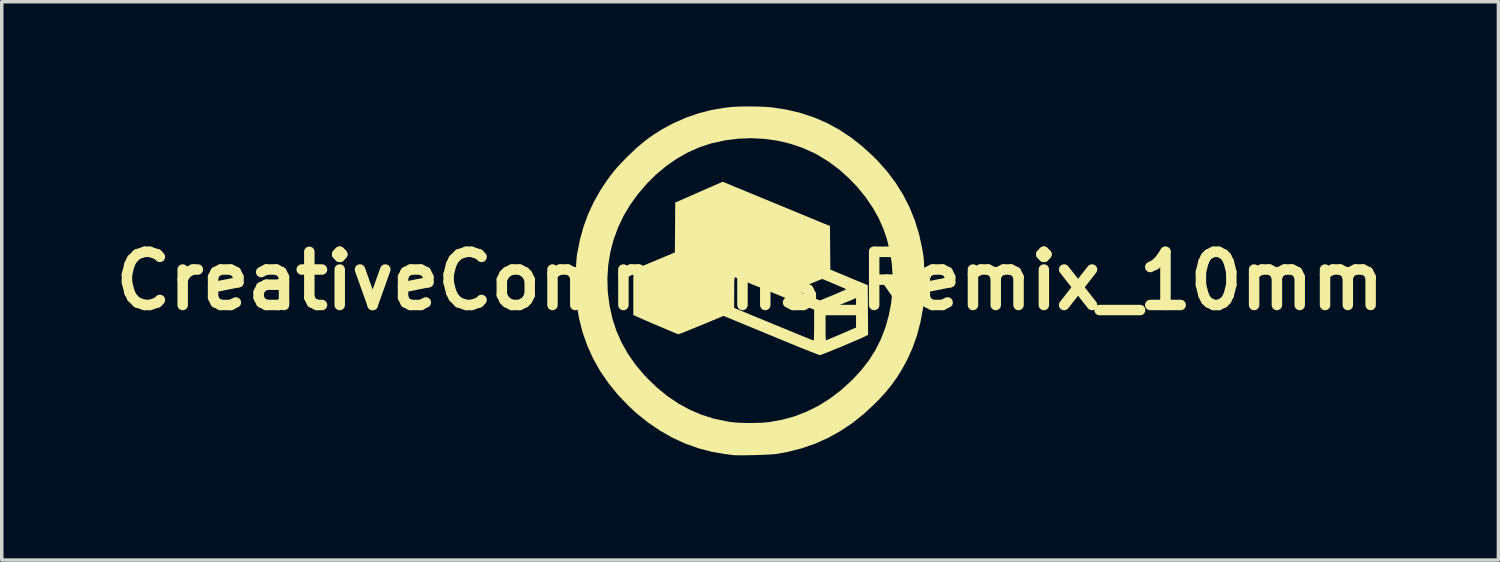
<source format=kicad_pcb>
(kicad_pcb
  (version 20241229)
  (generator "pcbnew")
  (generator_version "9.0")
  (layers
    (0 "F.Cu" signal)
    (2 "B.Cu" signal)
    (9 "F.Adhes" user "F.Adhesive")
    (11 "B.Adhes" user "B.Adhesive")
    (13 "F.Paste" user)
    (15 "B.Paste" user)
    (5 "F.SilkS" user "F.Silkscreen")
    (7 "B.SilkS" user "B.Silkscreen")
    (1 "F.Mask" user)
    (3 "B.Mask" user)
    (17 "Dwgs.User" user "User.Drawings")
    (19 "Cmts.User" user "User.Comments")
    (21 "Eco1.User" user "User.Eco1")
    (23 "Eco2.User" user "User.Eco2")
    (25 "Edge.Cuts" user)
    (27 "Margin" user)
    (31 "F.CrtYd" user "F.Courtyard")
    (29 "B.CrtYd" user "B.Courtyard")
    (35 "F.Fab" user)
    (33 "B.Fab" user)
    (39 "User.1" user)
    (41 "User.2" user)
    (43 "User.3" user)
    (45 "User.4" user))
  (footprint "CreativeCommons_Remix_10mm"
    (layer "F.Cu")
    (at 18.44 4.999)
    (property "Reference" "CreativeCommons_Remix_10mm" (at 0 0 0) (layer "F.SilkS") (effects (font (size 1.524 1.524) (thickness 0.3))))
    (attr board_only exclude_from_pos_files exclude_from_bom)
    (fp_poly (pts (xy 0.753 -2.207) (xy 2.289 -1.573) (xy 2.295 -0.949) (xy 2.3 -0.324) (xy 3.373 0.121) (xy 3.377 0.833) (xy 3.382 1.545) (xy 3.296 1.588) (xy 3.238 1.616) (xy 3.156 1.653) (xy 3.055 1.697) (xy 2.94 1.746) (xy 2.816 1.799) (xy 2.685 1.854) (xy 2.554 1.909) (xy 2.427 1.961) (xy 2.308 2.009) (xy 2.202 2.052) (xy 2.114 2.086) (xy 2.047 2.111) (xy 2.007 2.124) (xy 1.998 2.126) (xy 1.975 2.119) (xy 1.921 2.099) (xy 1.838 2.067) (xy 1.73 2.025) (xy 1.598 1.972) (xy 1.446 1.911) (xy 1.276 1.842) (xy 1.091 1.766) (xy 0.893 1.685) (xy 0.685 1.599) (xy 0.598 1.563) (xy -0.758 1.002) (xy -1.391 1.265) (xy -1.535 1.324) (xy -1.668 1.378) (xy -1.788 1.427) (xy -1.89 1.467) (xy -1.97 1.499) (xy -2.026 1.519) (xy -2.051 1.527) (xy -2.052 1.527) (xy -2.073 1.52) (xy -2.123 1.501) (xy -2.197 1.471) (xy -2.291 1.432) (xy -2.4 1.386) (xy -2.519 1.336) (xy -2.645 1.283) (xy -2.772 1.228) (xy -2.896 1.175) (xy -3.012 1.125) (xy -3.117 1.079) (xy -3.204 1.04) (xy -3.271 1.01) (xy -3.286 1.003) (xy -3.345 0.975) (xy -3.345 0.774) (xy -0.455 0.774) (xy 0.677 1.241) (xy 0.869 1.32) (xy 1.052 1.395) (xy 1.221 1.465) (xy 1.375 1.528) (xy 1.511 1.584) (xy 1.626 1.63) (xy 1.717 1.667) (xy 1.782 1.693) (xy 1.817 1.707) (xy 1.823 1.709) (xy 1.826 1.691) (xy 1.83 1.643) (xy 1.833 1.568) (xy 1.835 1.471) (xy 1.836 1.357) (xy 1.836 1.284) (xy 2.164 1.284) (xy 2.164 1.418) (xy 2.164 1.521) (xy 2.166 1.595) (xy 2.168 1.646) (xy 2.172 1.677) (xy 2.178 1.693) (xy 2.187 1.697) (xy 2.197 1.695) (xy 2.198 1.695) (xy 2.223 1.684) (xy 2.277 1.661) (xy 2.355 1.628) (xy 2.45 1.588) (xy 2.559 1.541) (xy 2.634 1.509) (xy 3.036 1.336) (xy 3.036 0.914) (xy 3.036 0.492) (xy 2.85 0.571) (xy 2.76 0.608) (xy 2.651 0.654) (xy 2.534 0.703) (xy 2.424 0.75) (xy 2.414 0.754) (xy 2.164 0.859) (xy 2.164 1.284) (xy 1.836 1.284) (xy 1.836 1.266) (xy 1.836 0.823) (xy 0.714 0.364) (xy 0.522 0.286) (xy 0.458 0.259) (xy 1.307 0.259) (xy 1.649 0.41) (xy 1.753 0.455) (xy 1.844 0.494) (xy 1.92 0.526) (xy 1.974 0.547) (xy 2 0.557) (xy 2.002 0.557) (xy 2.022 0.55) (xy 2.07 0.531) (xy 2.142 0.502) (xy 2.232 0.465) (xy 2.337 0.422) (xy 2.389 0.401) (xy 2.496 0.356) (xy 2.59 0.315) (xy 2.667 0.281) (xy 2.721 0.254) (xy 2.748 0.238) (xy 2.75 0.235) (xy 2.73 0.225) (xy 2.681 0.203) (xy 2.61 0.171) (xy 2.521 0.133) (xy 2.419 0.09) (xy 2.401 0.082) (xy 2.067 -0.058) (xy 1.947 -0.009) (xy 1.886 0.016) (xy 1.802 0.051) (xy 1.704 0.092) (xy 1.601 0.135) (xy 1.567 0.15) (xy 1.307 0.259) (xy 0.458 0.259) (xy 0.34 0.211) (xy 0.17 0.142) (xy 0.016 0.079) (xy -0.12 0.023) (xy -0.235 -0.024) (xy -0.327 -0.061) (xy -0.391 -0.088) (xy -0.426 -0.102) (xy -0.432 -0.104) (xy -0.439 -0.099) (xy -0.445 -0.077) (xy -0.449 -0.033) (xy -0.452 0.035) (xy -0.454 0.131) (xy -0.454 0.259) (xy -0.455 0.33) (xy -0.455 0.774) (xy -3.345 0.774) (xy -3.345 -0.318) (xy -2.75 -0.567) (xy -2.155 -0.816) (xy -2.149 -1.531) (xy -2.144 -2.245) (xy -1.713 -2.435) (xy -1.579 -2.494) (xy -1.44 -2.555) (xy -1.304 -2.614) (xy -1.18 -2.669) (xy -1.076 -2.714) (xy -1.033 -2.733) (xy -0.784 -2.842)) (stroke (width 0) (type solid)) (fill yes) (layer "F.SilkS"))
    (fp_poly (pts (xy 0.034 -4.999) (xy 0.207 -4.996) (xy 0.372 -4.991) (xy 0.519 -4.982) (xy 0.636 -4.972) (xy 1.052 -4.907) (xy 1.449 -4.812) (xy 1.831 -4.686) (xy 2.197 -4.528) (xy 2.549 -4.337) (xy 2.889 -4.113) (xy 3.217 -3.855) (xy 3.536 -3.563) (xy 3.648 -3.45) (xy 3.927 -3.137) (xy 4.173 -2.81) (xy 4.387 -2.468) (xy 4.57 -2.11) (xy 4.721 -1.733) (xy 4.843 -1.338) (xy 4.934 -0.923) (xy 4.967 -0.718) (xy 4.977 -0.628) (xy 4.984 -0.509) (xy 4.989 -0.367) (xy 4.992 -0.208) (xy 4.993 -0.04) (xy 4.991 0.13) (xy 4.988 0.297) (xy 4.983 0.454) (xy 4.976 0.593) (xy 4.967 0.708) (xy 4.958 0.782) (xy 4.883 1.179) (xy 4.785 1.551) (xy 4.662 1.903) (xy 4.513 2.238) (xy 4.348 2.543) (xy 4.207 2.766) (xy 4.057 2.977) (xy 3.89 3.182) (xy 3.7 3.39) (xy 3.583 3.51) (xy 3.262 3.809) (xy 2.93 4.073) (xy 2.586 4.303) (xy 2.228 4.501) (xy 1.856 4.666) (xy 1.468 4.799) (xy 1.062 4.902) (xy 0.76 4.957) (xy 0.699 4.964) (xy 0.61 4.97) (xy 0.499 4.977) (xy 0.373 4.982) (xy 0.236 4.987) (xy 0.096 4.991) (xy -0.043 4.994) (xy -0.173 4.996) (xy -0.29 4.996) (xy -0.387 4.995) (xy -0.458 4.993) (xy -0.491 4.989) (xy -0.529 4.984) (xy -0.592 4.976) (xy -0.669 4.966) (xy -0.7 4.962) (xy -1.094 4.896) (xy -1.481 4.795) (xy -1.859 4.659) (xy -2.228 4.489) (xy -2.585 4.286) (xy -2.93 4.051) (xy -3.262 3.784) (xy -3.488 3.574) (xy -3.792 3.255) (xy -4.061 2.923) (xy -4.297 2.579) (xy -4.498 2.221) (xy -4.666 1.849) (xy -4.801 1.463) (xy -4.902 1.064) (xy -4.97 0.65) (xy -4.983 0.54) (xy -4.99 0.433) (xy -4.995 0.301) (xy -4.997 0.149) (xy -4.997 -0.013) (xy -4.996 -0.087) (xy -4.088 -0.087) (xy -4.078 0.288) (xy -4.074 0.336) (xy -4.024 0.717) (xy -3.943 1.08) (xy -3.83 1.428) (xy -3.683 1.761) (xy -3.503 2.081) (xy -3.29 2.389) (xy -3.042 2.685) (xy -2.947 2.786) (xy -2.658 3.064) (xy -2.358 3.307) (xy -2.048 3.516) (xy -1.724 3.692) (xy -1.388 3.835) (xy -1.036 3.945) (xy -0.668 4.024) (xy -0.531 4.045) (xy -0.411 4.057) (xy -0.263 4.065) (xy -0.1 4.07) (xy 0.07 4.07) (xy 0.237 4.066) (xy 0.39 4.059) (xy 0.52 4.047) (xy 0.54 4.045) (xy 0.913 3.979) (xy 1.274 3.879) (xy 1.621 3.745) (xy 1.957 3.578) (xy 2.281 3.376) (xy 2.593 3.14) (xy 2.894 2.869) (xy 2.928 2.836) (xy 3.181 2.564) (xy 3.401 2.282) (xy 3.588 1.987) (xy 3.744 1.678) (xy 3.872 1.352) (xy 3.88 1.327) (xy 3.978 0.977) (xy 4.045 0.615) (xy 4.081 0.246) (xy 4.086 -0.125) (xy 4.061 -0.494) (xy 4.005 -0.855) (xy 3.919 -1.205) (xy 3.826 -1.479) (xy 3.685 -1.797) (xy 3.511 -2.106) (xy 3.307 -2.404) (xy 3.077 -2.687) (xy 2.823 -2.952) (xy 2.55 -3.194) (xy 2.26 -3.412) (xy 1.956 -3.6) (xy 1.809 -3.677) (xy 1.476 -3.823) (xy 1.128 -3.938) (xy 0.768 -4.021) (xy 0.4 -4.071) (xy 0.027 -4.089) (xy -0.348 -4.075) (xy -0.722 -4.027) (xy -1.09 -3.946) (xy -1.135 -3.934) (xy -1.468 -3.822) (xy -1.793 -3.676) (xy -2.107 -3.497) (xy -2.408 -3.287) (xy -2.695 -3.047) (xy -2.964 -2.779) (xy -3.215 -2.484) (xy -3.429 -2.189) (xy -3.621 -1.869) (xy -3.781 -1.534) (xy -3.909 -1.185) (xy -4.003 -0.826) (xy -4.062 -0.459) (xy -4.088 -0.087) (xy -4.996 -0.087) (xy -4.994 -0.179) (xy -4.989 -0.342) (xy -4.981 -0.494) (xy -4.972 -0.627) (xy -4.961 -0.735) (xy -4.956 -0.771) (xy -4.876 -1.173) (xy -4.772 -1.551) (xy -4.641 -1.91) (xy -4.482 -2.254) (xy -4.293 -2.588) (xy -4.201 -2.731) (xy -4.099 -2.88) (xy -4.005 -3.01) (xy -3.911 -3.13) (xy -3.812 -3.248) (xy -3.7 -3.37) (xy -3.57 -3.504) (xy -3.501 -3.574) (xy -3.257 -3.806) (xy -3.016 -4.009) (xy -2.771 -4.188) (xy -2.514 -4.349) (xy -2.238 -4.497) (xy -2.173 -4.529) (xy -1.827 -4.681) (xy -1.479 -4.802) (xy -1.123 -4.894) (xy -0.75 -4.959) (xy -0.564 -4.981) (xy -0.446 -4.99) (xy -0.301 -4.996) (xy -0.138 -4.999)) (stroke (width 0) (type solid)) (fill yes) (layer "F.SilkS")))
  (gr_rect
    (start -3 -3)
    (end 39.881 12.996)
    (stroke (width 0.1) (type default))
    (fill no)
    (layer "Edge.Cuts")))
</source>
